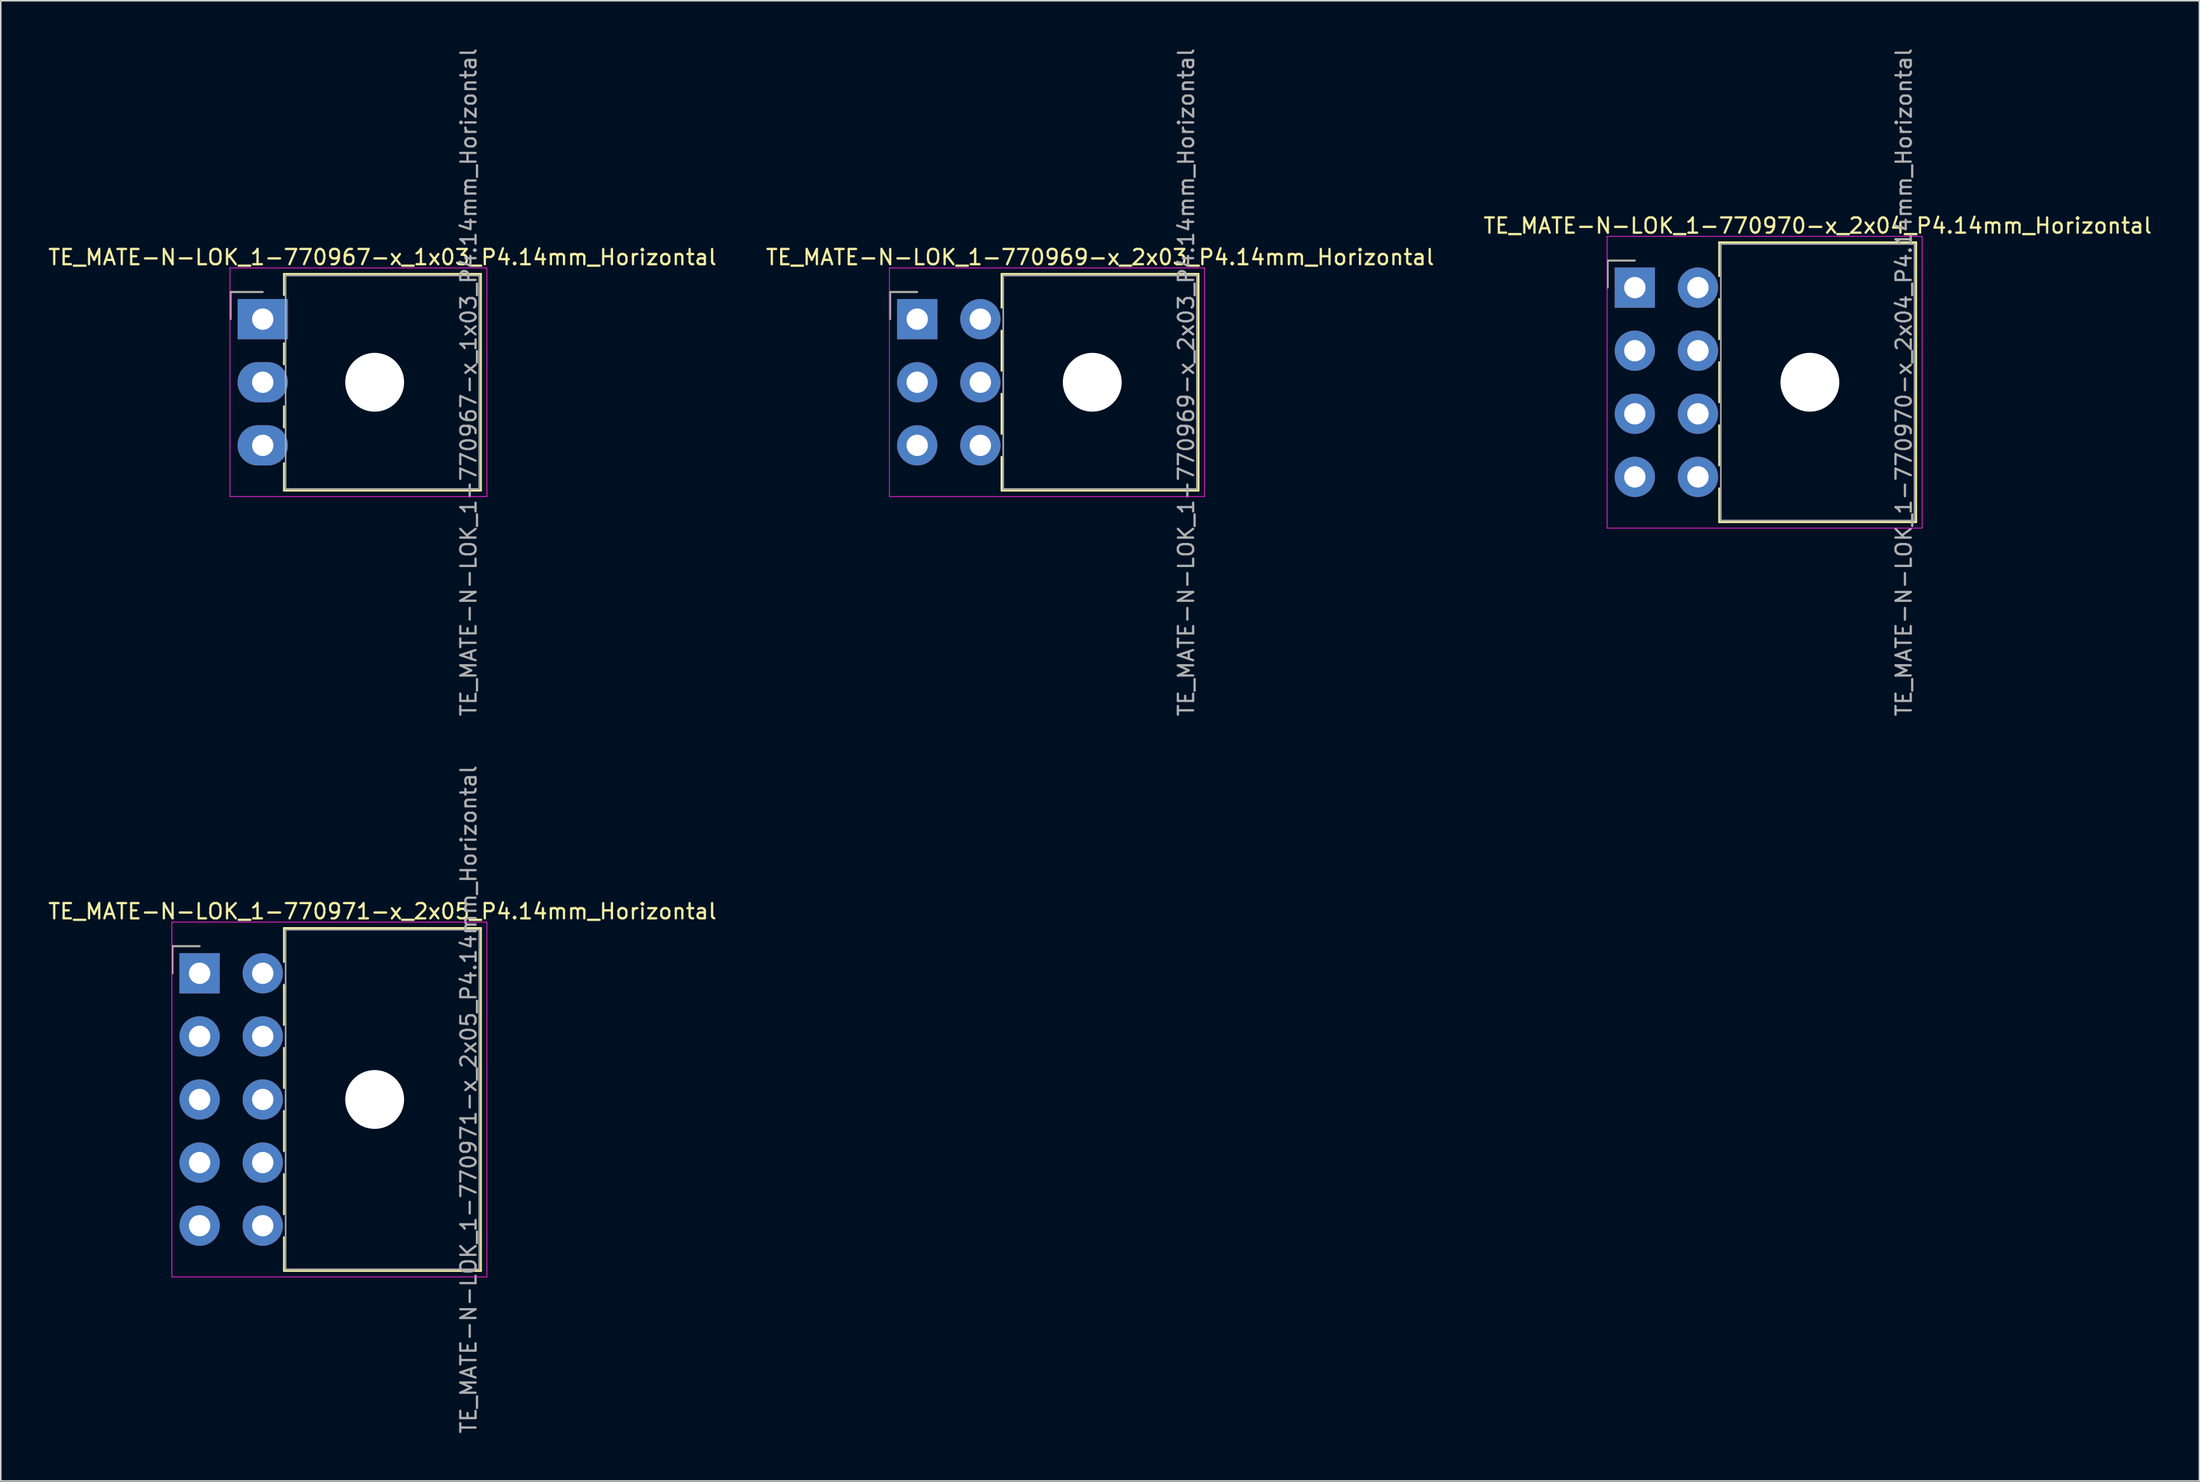
<source format=kicad_pcb>
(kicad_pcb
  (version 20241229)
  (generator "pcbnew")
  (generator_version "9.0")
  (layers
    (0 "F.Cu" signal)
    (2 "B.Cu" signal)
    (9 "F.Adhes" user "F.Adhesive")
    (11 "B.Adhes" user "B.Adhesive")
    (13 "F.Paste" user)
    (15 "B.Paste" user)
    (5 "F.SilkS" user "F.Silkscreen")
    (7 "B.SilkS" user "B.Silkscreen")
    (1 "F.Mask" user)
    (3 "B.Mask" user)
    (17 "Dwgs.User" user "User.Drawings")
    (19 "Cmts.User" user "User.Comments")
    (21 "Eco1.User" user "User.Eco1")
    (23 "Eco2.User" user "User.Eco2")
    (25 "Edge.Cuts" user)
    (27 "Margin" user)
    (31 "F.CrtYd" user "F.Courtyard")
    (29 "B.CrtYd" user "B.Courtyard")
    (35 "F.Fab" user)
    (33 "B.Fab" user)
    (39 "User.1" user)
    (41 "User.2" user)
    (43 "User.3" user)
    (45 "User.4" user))
  (footprint "TE_MATE-N-LOK_1-770967-x_1x03_P4.14mm_Horizontal"
    (layer "F.Cu")
    (at 14.18 17.89)
    (property "Reference" "TE_MATE-N-LOK_1-770967-x_1x03_P4.14mm_Horizontal" (at 7.85 -4.06 0) (layer "F.SilkS") (effects (font (size 1 1) (thickness 0.15))))
    (attr through_hole)
    (fp_line (start -2.11 -1.78) (end -2.11 0) (stroke (width 0.12) (type solid)) (layer "F.SilkS"))
    (fp_line (start 0 -1.78) (end -2.11 -1.78) (stroke (width 0.12) (type solid)) (layer "F.SilkS"))
    (fp_line (start 1.39 -2.97) (end 14.31 -2.97) (stroke (width 0.12) (type solid)) (layer "F.SilkS"))
    (fp_line (start 1.39 -1.58) (end 1.39 -2.97) (stroke (width 0.12) (type solid)) (layer "F.SilkS"))
    (fp_line (start 1.39 1.58) (end 1.39 2.968) (stroke (width 0.12) (type solid)) (layer "F.SilkS"))
    (fp_line (start 1.39 5.72) (end 1.39 7.108) (stroke (width 0.12) (type solid)) (layer "F.SilkS"))
    (fp_line (start 1.39 11.25) (end 1.39 9.452) (stroke (width 0.12) (type solid)) (layer "F.SilkS"))
    (fp_line (start 14.31 -2.97) (end 14.31 11.25) (stroke (width 0.12) (type solid)) (layer "F.SilkS"))
    (fp_line (start 14.31 11.25) (end 1.39 11.25) (stroke (width 0.12) (type solid)) (layer "F.SilkS"))
    (fp_line (start -2.15 -3.36) (end -2.15 11.64) (stroke (width 0.05) (type solid)) (layer "F.CrtYd"))
    (fp_line (start -2.15 11.64) (end 14.7 11.64) (stroke (width 0.05) (type solid)) (layer "F.CrtYd"))
    (fp_line (start 14.7 -3.36) (end -2.15 -3.36) (stroke (width 0.05) (type solid)) (layer "F.CrtYd"))
    (fp_line (start 14.7 11.64) (end 14.7 -3.36) (stroke (width 0.05) (type solid)) (layer "F.CrtYd"))
    (fp_line (start -2.11 -1.78) (end -2.11 0) (stroke (width 0.1) (type solid)) (layer "F.Fab"))
    (fp_line (start 0 -1.78) (end -2.11 -1.78) (stroke (width 0.1) (type solid)) (layer "F.Fab"))
    (fp_line (start 1.5 -2.86) (end 1.5 11.14) (stroke (width 0.1) (type solid)) (layer "F.Fab"))
    (fp_line (start 1.5 11.14) (end 14.2 11.14) (stroke (width 0.1) (type solid)) (layer "F.Fab"))
    (fp_line (start 14.2 -2.86) (end 1.5 -2.86) (stroke (width 0.1) (type solid)) (layer "F.Fab"))
    (fp_line (start 14.2 11.14) (end 14.2 -2.86) (stroke (width 0.1) (type solid)) (layer "F.Fab"))
    (fp_text user "${REFERENCE}" (at 13.5 4.14 90) (layer "F.Fab") (effects (font (size 1 1) (thickness 0.15))))
    (pad "" np_thru_hole circle (at 7.34 4.14) (size 3.86 3.86) (drill 3.86) (layers "*.Cu" "*.Mask"))
    (pad "1" thru_hole rect (at 0 0) (size 3.3 2.64) (drill 1.4) (layers "*.Cu" "*.Mask"))
    (pad "2" thru_hole oval (at 0 4.14) (size 3.3 2.64) (drill 1.4) (layers "*.Cu" "*.Mask"))
    (pad "3" thru_hole oval (at 0 8.28) (size 3.3 2.64) (drill 1.4) (layers "*.Cu" "*.Mask")))
  (footprint "TE_MATE-N-LOK_1-770970-x_2x04_P4.14mm_Horizontal"
    (layer "F.Cu")
    (at 104.159 15.82)
    (property "Reference" "TE_MATE-N-LOK_1-770970-x_2x04_P4.14mm_Horizontal" (at 11.99 -4.06 0) (layer "F.SilkS") (effects (font (size 1 1) (thickness 0.15))))
    (attr through_hole)
    (fp_line (start -1.78 -1.78) (end -1.78 0) (stroke (width 0.12) (type solid)) (layer "F.SilkS"))
    (fp_line (start 0 -1.78) (end -1.78 -1.78) (stroke (width 0.12) (type solid)) (layer "F.SilkS"))
    (fp_line (start 5.53 -2.97) (end 18.45 -2.97) (stroke (width 0.12) (type solid)) (layer "F.SilkS"))
    (fp_line (start 5.53 -0.751) (end 5.53 -2.97) (stroke (width 0.12) (type solid)) (layer "F.SilkS"))
    (fp_line (start 5.53 0.751) (end 5.53 3.389) (stroke (width 0.12) (type solid)) (layer "F.SilkS"))
    (fp_line (start 5.53 4.891) (end 5.53 7.529) (stroke (width 0.12) (type solid)) (layer "F.SilkS"))
    (fp_line (start 5.53 9.031) (end 5.53 11.669) (stroke (width 0.12) (type solid)) (layer "F.SilkS"))
    (fp_line (start 5.53 15.39) (end 5.53 13.171) (stroke (width 0.12) (type solid)) (layer "F.SilkS"))
    (fp_line (start 18.45 -2.97) (end 18.45 15.39) (stroke (width 0.12) (type solid)) (layer "F.SilkS"))
    (fp_line (start 18.45 15.39) (end 5.53 15.39) (stroke (width 0.12) (type solid)) (layer "F.SilkS"))
    (fp_line (start -1.82 -3.36) (end -1.82 15.78) (stroke (width 0.05) (type solid)) (layer "F.CrtYd"))
    (fp_line (start -1.82 15.78) (end 18.84 15.78) (stroke (width 0.05) (type solid)) (layer "F.CrtYd"))
    (fp_line (start 18.84 -3.36) (end -1.82 -3.36) (stroke (width 0.05) (type solid)) (layer "F.CrtYd"))
    (fp_line (start 18.84 15.78) (end 18.84 -3.36) (stroke (width 0.05) (type solid)) (layer "F.CrtYd"))
    (fp_line (start -1.78 -1.78) (end -1.78 0) (stroke (width 0.1) (type solid)) (layer "F.Fab"))
    (fp_line (start 0 -1.78) (end -1.78 -1.78) (stroke (width 0.1) (type solid)) (layer "F.Fab"))
    (fp_line (start 5.64 -2.86) (end 5.64 15.28) (stroke (width 0.1) (type solid)) (layer "F.Fab"))
    (fp_line (start 5.64 15.28) (end 18.34 15.28) (stroke (width 0.1) (type solid)) (layer "F.Fab"))
    (fp_line (start 18.34 -2.86) (end 5.64 -2.86) (stroke (width 0.1) (type solid)) (layer "F.Fab"))
    (fp_line (start 18.34 15.28) (end 18.34 -2.86) (stroke (width 0.1) (type solid)) (layer "F.Fab"))
    (fp_text user "${REFERENCE}" (at 17.64 6.21 90) (layer "F.Fab") (effects (font (size 1 1) (thickness 0.15))))
    (pad "" np_thru_hole circle (at 11.48 6.21) (size 3.86 3.86) (drill 3.86) (layers "*.Cu" "*.Mask"))
    (pad "1" thru_hole rect (at 0 0) (size 2.64 2.64) (drill 1.4) (layers "*.Cu" "*.Mask"))
    (pad "2" thru_hole circle (at 0 4.14) (size 2.64 2.64) (drill 1.4) (layers "*.Cu" "*.Mask"))
    (pad "3" thru_hole circle (at 0 8.28) (size 2.64 2.64) (drill 1.4) (layers "*.Cu" "*.Mask"))
    (pad "4" thru_hole circle (at 0 12.42) (size 2.64 2.64) (drill 1.4) (layers "*.Cu" "*.Mask"))
    (pad "5" thru_hole circle (at 4.14 0) (size 2.64 2.64) (drill 1.4) (layers "*.Cu" "*.Mask"))
    (pad "6" thru_hole circle (at 4.14 4.14) (size 2.64 2.64) (drill 1.4) (layers "*.Cu" "*.Mask"))
    (pad "7" thru_hole circle (at 4.14 8.28) (size 2.64 2.64) (drill 1.4) (layers "*.Cu" "*.Mask"))
    (pad "8" thru_hole circle (at 4.14 12.42) (size 2.64 2.64) (drill 1.4) (layers "*.Cu" "*.Mask")))
  (footprint "TE_MATE-N-LOK_1-770971-x_2x05_P4.14mm_Horizontal"
    (layer "F.Cu")
    (at 10.04 60.809)
    (property "Reference" "TE_MATE-N-LOK_1-770971-x_2x05_P4.14mm_Horizontal" (at 11.99 -4.06 0) (layer "F.SilkS") (effects (font (size 1 1) (thickness 0.15))))
    (attr through_hole)
    (fp_line (start -1.78 -1.78) (end -1.78 0) (stroke (width 0.12) (type solid)) (layer "F.SilkS"))
    (fp_line (start 0 -1.78) (end -1.78 -1.78) (stroke (width 0.12) (type solid)) (layer "F.SilkS"))
    (fp_line (start 5.53 -2.97) (end 18.45 -2.97) (stroke (width 0.12) (type solid)) (layer "F.SilkS"))
    (fp_line (start 5.53 -0.751) (end 5.53 -2.97) (stroke (width 0.12) (type solid)) (layer "F.SilkS"))
    (fp_line (start 5.53 0.751) (end 5.53 3.389) (stroke (width 0.12) (type solid)) (layer "F.SilkS"))
    (fp_line (start 5.53 4.891) (end 5.53 7.529) (stroke (width 0.12) (type solid)) (layer "F.SilkS"))
    (fp_line (start 5.53 9.031) (end 5.53 11.669) (stroke (width 0.12) (type solid)) (layer "F.SilkS"))
    (fp_line (start 5.53 13.171) (end 5.53 15.809) (stroke (width 0.12) (type solid)) (layer "F.SilkS"))
    (fp_line (start 5.53 19.53) (end 5.53 17.311) (stroke (width 0.12) (type solid)) (layer "F.SilkS"))
    (fp_line (start 18.45 -2.97) (end 18.45 19.53) (stroke (width 0.12) (type solid)) (layer "F.SilkS"))
    (fp_line (start 18.45 19.53) (end 5.53 19.53) (stroke (width 0.12) (type solid)) (layer "F.SilkS"))
    (fp_line (start -1.82 -3.36) (end -1.82 19.92) (stroke (width 0.05) (type solid)) (layer "F.CrtYd"))
    (fp_line (start -1.82 19.92) (end 18.84 19.92) (stroke (width 0.05) (type solid)) (layer "F.CrtYd"))
    (fp_line (start 18.84 -3.36) (end -1.82 -3.36) (stroke (width 0.05) (type solid)) (layer "F.CrtYd"))
    (fp_line (start 18.84 19.92) (end 18.84 -3.36) (stroke (width 0.05) (type solid)) (layer "F.CrtYd"))
    (fp_line (start -1.78 -1.78) (end -1.78 0) (stroke (width 0.1) (type solid)) (layer "F.Fab"))
    (fp_line (start 0 -1.78) (end -1.78 -1.78) (stroke (width 0.1) (type solid)) (layer "F.Fab"))
    (fp_line (start 5.64 -2.86) (end 5.64 19.42) (stroke (width 0.1) (type solid)) (layer "F.Fab"))
    (fp_line (start 5.64 19.42) (end 18.34 19.42) (stroke (width 0.1) (type solid)) (layer "F.Fab"))
    (fp_line (start 18.34 -2.86) (end 5.64 -2.86) (stroke (width 0.1) (type solid)) (layer "F.Fab"))
    (fp_line (start 18.34 19.42) (end 18.34 -2.86) (stroke (width 0.1) (type solid)) (layer "F.Fab"))
    (fp_text user "${REFERENCE}" (at 17.64 8.28 90) (layer "F.Fab") (effects (font (size 1 1) (thickness 0.15))))
    (pad "" np_thru_hole circle (at 11.48 8.28) (size 3.86 3.86) (drill 3.86) (layers "*.Cu" "*.Mask"))
    (pad "1" thru_hole rect (at 0 0) (size 2.64 2.64) (drill 1.4) (layers "*.Cu" "*.Mask"))
    (pad "2" thru_hole circle (at 0 4.14) (size 2.64 2.64) (drill 1.4) (layers "*.Cu" "*.Mask"))
    (pad "3" thru_hole circle (at 0 8.28) (size 2.64 2.64) (drill 1.4) (layers "*.Cu" "*.Mask"))
    (pad "4" thru_hole circle (at 0 12.42) (size 2.64 2.64) (drill 1.4) (layers "*.Cu" "*.Mask"))
    (pad "5" thru_hole circle (at 0 16.56) (size 2.64 2.64) (drill 1.4) (layers "*.Cu" "*.Mask"))
    (pad "6" thru_hole circle (at 4.14 0) (size 2.64 2.64) (drill 1.4) (layers "*.Cu" "*.Mask"))
    (pad "7" thru_hole circle (at 4.14 4.14) (size 2.64 2.64) (drill 1.4) (layers "*.Cu" "*.Mask"))
    (pad "8" thru_hole circle (at 4.14 8.28) (size 2.64 2.64) (drill 1.4) (layers "*.Cu" "*.Mask"))
    (pad "9" thru_hole circle (at 4.14 12.42) (size 2.64 2.64) (drill 1.4) (layers "*.Cu" "*.Mask"))
    (pad "10" thru_hole circle (at 4.14 16.56) (size 2.64 2.64) (drill 1.4) (layers "*.Cu" "*.Mask")))
  (footprint "TE_MATE-N-LOK_1-770969-x_2x03_P4.14mm_Horizontal"
    (layer "F.Cu")
    (at 57.099 17.89)
    (property "Reference" "TE_MATE-N-LOK_1-770969-x_2x03_P4.14mm_Horizontal" (at 11.99 -4.06 0) (layer "F.SilkS") (effects (font (size 1 1) (thickness 0.15))))
    (attr through_hole)
    (fp_line (start -1.78 -1.78) (end -1.78 0) (stroke (width 0.12) (type solid)) (layer "F.SilkS"))
    (fp_line (start 0 -1.78) (end -1.78 -1.78) (stroke (width 0.12) (type solid)) (layer "F.SilkS"))
    (fp_line (start 5.53 -2.97) (end 18.45 -2.97) (stroke (width 0.12) (type solid)) (layer "F.SilkS"))
    (fp_line (start 5.53 -0.751) (end 5.53 -2.97) (stroke (width 0.12) (type solid)) (layer "F.SilkS"))
    (fp_line (start 5.53 0.751) (end 5.53 3.389) (stroke (width 0.12) (type solid)) (layer "F.SilkS"))
    (fp_line (start 5.53 4.891) (end 5.53 7.529) (stroke (width 0.12) (type solid)) (layer "F.SilkS"))
    (fp_line (start 5.53 11.25) (end 5.53 9.031) (stroke (width 0.12) (type solid)) (layer "F.SilkS"))
    (fp_line (start 18.45 -2.97) (end 18.45 11.25) (stroke (width 0.12) (type solid)) (layer "F.SilkS"))
    (fp_line (start 18.45 11.25) (end 5.53 11.25) (stroke (width 0.12) (type solid)) (layer "F.SilkS"))
    (fp_line (start -1.82 -3.36) (end -1.82 11.64) (stroke (width 0.05) (type solid)) (layer "F.CrtYd"))
    (fp_line (start -1.82 11.64) (end 18.84 11.64) (stroke (width 0.05) (type solid)) (layer "F.CrtYd"))
    (fp_line (start 18.84 -3.36) (end -1.82 -3.36) (stroke (width 0.05) (type solid)) (layer "F.CrtYd"))
    (fp_line (start 18.84 11.64) (end 18.84 -3.36) (stroke (width 0.05) (type solid)) (layer "F.CrtYd"))
    (fp_line (start -1.78 -1.78) (end -1.78 0) (stroke (width 0.1) (type solid)) (layer "F.Fab"))
    (fp_line (start 0 -1.78) (end -1.78 -1.78) (stroke (width 0.1) (type solid)) (layer "F.Fab"))
    (fp_line (start 5.64 -2.86) (end 5.64 11.14) (stroke (width 0.1) (type solid)) (layer "F.Fab"))
    (fp_line (start 5.64 11.14) (end 18.34 11.14) (stroke (width 0.1) (type solid)) (layer "F.Fab"))
    (fp_line (start 18.34 -2.86) (end 5.64 -2.86) (stroke (width 0.1) (type solid)) (layer "F.Fab"))
    (fp_line (start 18.34 11.14) (end 18.34 -2.86) (stroke (width 0.1) (type solid)) (layer "F.Fab"))
    (fp_text user "${REFERENCE}" (at 17.64 4.14 90) (layer "F.Fab") (effects (font (size 1 1) (thickness 0.15))))
    (pad "" np_thru_hole circle (at 11.48 4.14) (size 3.86 3.86) (drill 3.86) (layers "*.Cu" "*.Mask"))
    (pad "1" thru_hole rect (at 0 0) (size 2.64 2.64) (drill 1.4) (layers "*.Cu" "*.Mask"))
    (pad "2" thru_hole circle (at 0 4.14) (size 2.64 2.64) (drill 1.4) (layers "*.Cu" "*.Mask"))
    (pad "3" thru_hole circle (at 0 8.28) (size 2.64 2.64) (drill 1.4) (layers "*.Cu" "*.Mask"))
    (pad "4" thru_hole circle (at 4.14 0) (size 2.64 2.64) (drill 1.4) (layers "*.Cu" "*.Mask"))
    (pad "5" thru_hole circle (at 4.14 4.14) (size 2.64 2.64) (drill 1.4) (layers "*.Cu" "*.Mask"))
    (pad "6" thru_hole circle (at 4.14 8.28) (size 2.64 2.64) (drill 1.4) (layers "*.Cu" "*.Mask")))
  (gr_rect
    (start -3 -3)
    (end 141.179 94.119)
    (stroke (width 0.1) (type default))
    (fill no)
    (layer "Edge.Cuts")))
</source>
